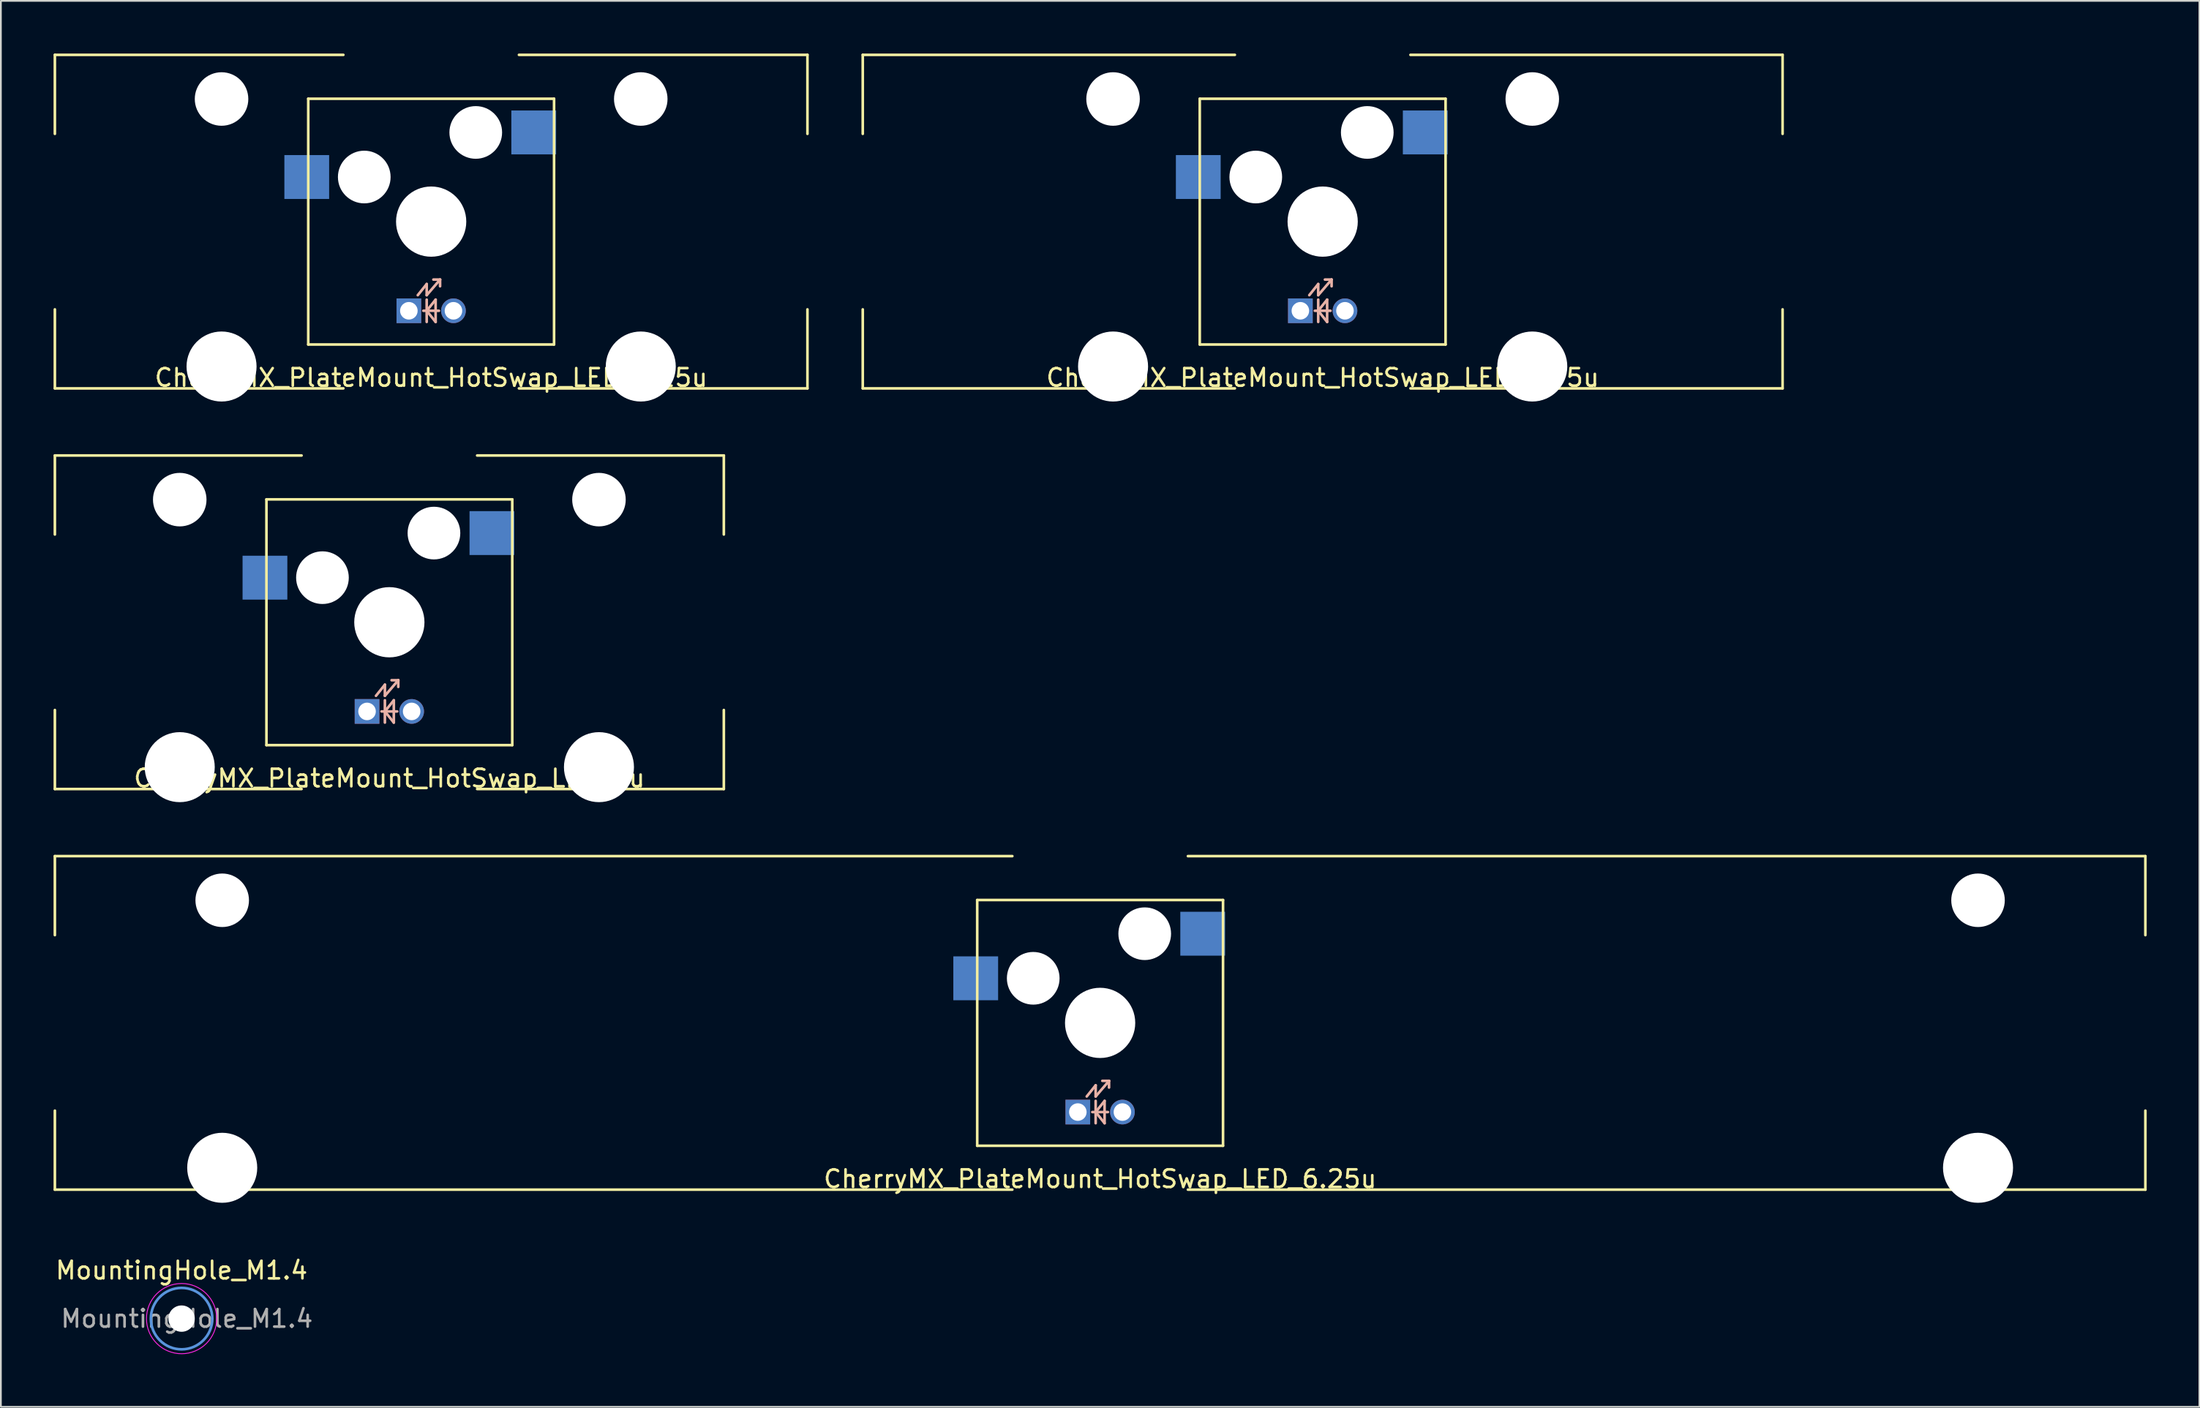
<source format=kicad_pcb>
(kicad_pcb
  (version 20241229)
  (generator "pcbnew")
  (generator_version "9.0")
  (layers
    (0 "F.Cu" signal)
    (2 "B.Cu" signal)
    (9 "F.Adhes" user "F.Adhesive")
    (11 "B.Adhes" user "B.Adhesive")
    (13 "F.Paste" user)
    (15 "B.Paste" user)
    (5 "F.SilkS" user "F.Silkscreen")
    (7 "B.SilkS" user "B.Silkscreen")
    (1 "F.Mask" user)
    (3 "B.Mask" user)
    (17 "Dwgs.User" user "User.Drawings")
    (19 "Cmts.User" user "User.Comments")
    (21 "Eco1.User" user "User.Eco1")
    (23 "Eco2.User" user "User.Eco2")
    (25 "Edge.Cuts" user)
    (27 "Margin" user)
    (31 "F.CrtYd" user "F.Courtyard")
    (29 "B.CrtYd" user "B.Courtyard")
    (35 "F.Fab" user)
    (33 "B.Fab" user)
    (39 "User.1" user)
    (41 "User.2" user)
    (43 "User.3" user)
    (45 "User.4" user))
  (footprint "CherryMX_PlateMount_HotSwap_LED_2.25u"
    (layer "F.Cu")
    (at 21.506 9.575)
    (property "Reference" "CherryMX_PlateMount_HotSwap_LED_2.25u" (at 0 8.89 0) (layer "F.SilkS") (effects (font (size 1 1) (thickness 0.15))))
    (attr through_hole)
    (fp_line (start -21.431 -9.5) (end -21.431 -5) (stroke (width 0.15) (type solid)) (layer "F.SilkS"))
    (fp_line (start -21.431 -9.5) (end -5 -9.5) (stroke (width 0.15) (type solid)) (layer "F.SilkS"))
    (fp_line (start -21.431 5) (end -21.431 9.5) (stroke (width 0.15) (type solid)) (layer "F.SilkS"))
    (fp_line (start -21.431 9.5) (end -5 9.5) (stroke (width 0.15) (type solid)) (layer "F.SilkS"))
    (fp_line (start -7 -7) (end 7 -7) (stroke (width 0.15) (type solid)) (layer "F.SilkS"))
    (fp_line (start -7 7) (end -7 -7) (stroke (width 0.15) (type solid)) (layer "F.SilkS"))
    (fp_line (start 5 -9.5) (end 21.431 -9.5) (stroke (width 0.15) (type solid)) (layer "F.SilkS"))
    (fp_line (start 5 9.5) (end 21.431 9.5) (stroke (width 0.15) (type solid)) (layer "F.SilkS"))
    (fp_line (start 7 -7) (end 7 7) (stroke (width 0.15) (type solid)) (layer "F.SilkS"))
    (fp_line (start 7 7) (end -7 7) (stroke (width 0.15) (type solid)) (layer "F.SilkS"))
    (fp_line (start 21.431 -5) (end 21.431 -9.5) (stroke (width 0.15) (type solid)) (layer "F.SilkS"))
    (fp_line (start 21.431 5) (end 21.431 9.5) (stroke (width 0.15) (type solid)) (layer "F.SilkS"))
    (fp_line (start -0.762 4.191) (end -0.254 3.556) (stroke (width 0.15) (type solid)) (layer "B.SilkS"))
    (fp_line (start -0.445 5.08) (end 0.445 5.08) (stroke (width 0.15) (type solid)) (layer "B.SilkS"))
    (fp_line (start -0.254 3.556) (end -0.254 4.191) (stroke (width 0.15) (type solid)) (layer "B.SilkS"))
    (fp_line (start -0.254 4.191) (end 0.508 3.302) (stroke (width 0.15) (type solid)) (layer "B.SilkS"))
    (fp_line (start -0.254 4.445) (end -0.254 5.715) (stroke (width 0.15) (type solid)) (layer "B.SilkS"))
    (fp_line (start -0.254 5.08) (end 0.254 4.445) (stroke (width 0.15) (type solid)) (layer "B.SilkS"))
    (fp_line (start 0.254 5.715) (end -0.254 5.08) (stroke (width 0.15) (type solid)) (layer "B.SilkS"))
    (fp_line (start 0.254 5.715) (end 0.254 4.445) (stroke (width 0.15) (type solid)) (layer "B.SilkS"))
    (fp_line (start 0.508 3.302) (end 0.127 3.302) (stroke (width 0.15) (type solid)) (layer "B.SilkS"))
    (fp_line (start 0.508 3.302) (end 0.508 3.683) (stroke (width 0.15) (type solid)) (layer "B.SilkS"))
    (pad "" np_thru_hole circle (at -11.938 -6.985) (size 3.048 3.048) (drill 3.048) (layers "*.Cu" "*.Mask"))
    (pad "" np_thru_hole circle (at -11.938 8.255) (size 3.988 3.988) (drill 3.988) (layers "*.Cu" "*.Mask"))
    (pad "" np_thru_hole circle (at -3.81 -2.54) (size 3 3) (drill 3) (layers "*.Cu" "*.Mask"))
    (pad "" np_thru_hole circle (at 0 0) (size 4 4) (drill 4) (layers "*.Cu" "*.Mask"))
    (pad "" np_thru_hole circle (at 2.54 -5.08) (size 3 3) (drill 3) (layers "*.Cu" "*.Mask"))
    (pad "" np_thru_hole circle (at 11.938 -6.985) (size 3.048 3.048) (drill 3.048) (layers "*.Cu" "*.Mask"))
    (pad "" np_thru_hole circle (at 11.938 8.255) (size 3.988 3.988) (drill 3.988) (layers "*.Cu" "*.Mask"))
    (pad "1" smd rect (at -7.085 -2.54) (size 2.55 2.5) (layers "F.Mask" "B.Cu" "F.Paste"))
    (pad "2" smd rect (at 5.842 -5.08) (size 2.55 2.5) (layers "F.Mask" "B.Cu" "F.Paste"))
    (pad "3" thru_hole rect (at -1.27 5.08) (size 1.406 1.406) (drill 1) (layers "*.Cu" "*.Mask"))
    (pad "4" thru_hole circle (at 1.27 5.08) (size 1.406 1.406) (drill 1) (layers "*.Cu" "*.Mask")))
  (footprint "CherryMX_PlateMount_HotSwap_LED_2u"
    (layer "F.Cu")
    (at 19.125 32.399)
    (property "Reference" "CherryMX_PlateMount_HotSwap_LED_2u" (at 0 8.89 0) (layer "F.SilkS") (effects (font (size 1 1) (thickness 0.15))))
    (attr through_hole)
    (fp_line (start -19.05 -9.5) (end -19.05 -5) (stroke (width 0.15) (type solid)) (layer "F.SilkS"))
    (fp_line (start -19.05 -9.5) (end -5 -9.5) (stroke (width 0.15) (type solid)) (layer "F.SilkS"))
    (fp_line (start -19.05 5) (end -19.05 9.5) (stroke (width 0.15) (type solid)) (layer "F.SilkS"))
    (fp_line (start -19.05 9.5) (end -5 9.5) (stroke (width 0.15) (type solid)) (layer "F.SilkS"))
    (fp_line (start -7 -7) (end 7 -7) (stroke (width 0.15) (type solid)) (layer "F.SilkS"))
    (fp_line (start -7 7) (end -7 -7) (stroke (width 0.15) (type solid)) (layer "F.SilkS"))
    (fp_line (start 5 -9.5) (end 19.05 -9.5) (stroke (width 0.15) (type solid)) (layer "F.SilkS"))
    (fp_line (start 5 9.5) (end 19.05 9.5) (stroke (width 0.15) (type solid)) (layer "F.SilkS"))
    (fp_line (start 7 -7) (end 7 7) (stroke (width 0.15) (type solid)) (layer "F.SilkS"))
    (fp_line (start 7 7) (end -7 7) (stroke (width 0.15) (type solid)) (layer "F.SilkS"))
    (fp_line (start 19.05 -5) (end 19.05 -9.5) (stroke (width 0.15) (type solid)) (layer "F.SilkS"))
    (fp_line (start 19.05 5) (end 19.05 9.5) (stroke (width 0.15) (type solid)) (layer "F.SilkS"))
    (fp_line (start -0.762 4.191) (end -0.254 3.556) (stroke (width 0.15) (type solid)) (layer "B.SilkS"))
    (fp_line (start -0.445 5.08) (end 0.445 5.08) (stroke (width 0.15) (type solid)) (layer "B.SilkS"))
    (fp_line (start -0.254 3.556) (end -0.254 4.191) (stroke (width 0.15) (type solid)) (layer "B.SilkS"))
    (fp_line (start -0.254 4.191) (end 0.508 3.302) (stroke (width 0.15) (type solid)) (layer "B.SilkS"))
    (fp_line (start -0.254 4.445) (end -0.254 5.715) (stroke (width 0.15) (type solid)) (layer "B.SilkS"))
    (fp_line (start -0.254 5.08) (end 0.254 4.445) (stroke (width 0.15) (type solid)) (layer "B.SilkS"))
    (fp_line (start 0.254 5.715) (end -0.254 5.08) (stroke (width 0.15) (type solid)) (layer "B.SilkS"))
    (fp_line (start 0.254 5.715) (end 0.254 4.445) (stroke (width 0.15) (type solid)) (layer "B.SilkS"))
    (fp_line (start 0.508 3.302) (end 0.127 3.302) (stroke (width 0.15) (type solid)) (layer "B.SilkS"))
    (fp_line (start 0.508 3.302) (end 0.508 3.683) (stroke (width 0.15) (type solid)) (layer "B.SilkS"))
    (pad "" np_thru_hole circle (at -11.938 -6.985) (size 3.048 3.048) (drill 3.048) (layers "*.Cu" "*.Mask"))
    (pad "" np_thru_hole circle (at -11.938 8.255) (size 3.988 3.988) (drill 3.988) (layers "*.Cu" "*.Mask"))
    (pad "" np_thru_hole circle (at -3.81 -2.54) (size 3 3) (drill 3) (layers "*.Cu" "*.Mask"))
    (pad "" np_thru_hole circle (at 0 0) (size 4 4) (drill 4) (layers "*.Cu" "*.Mask"))
    (pad "" np_thru_hole circle (at 2.54 -5.08) (size 3 3) (drill 3) (layers "*.Cu" "*.Mask"))
    (pad "" np_thru_hole circle (at 11.938 -6.985) (size 3.048 3.048) (drill 3.048) (layers "*.Cu" "*.Mask"))
    (pad "" np_thru_hole circle (at 11.938 8.255) (size 3.988 3.988) (drill 3.988) (layers "*.Cu" "*.Mask"))
    (pad "1" smd rect (at -7.085 -2.54) (size 2.55 2.5) (layers "F.Mask" "B.Cu" "F.Paste"))
    (pad "2" smd rect (at 5.842 -5.08) (size 2.55 2.5) (layers "F.Mask" "B.Cu" "F.Paste"))
    (pad "3" thru_hole rect (at -1.27 5.08) (size 1.406 1.406) (drill 1) (layers "*.Cu" "*.Mask"))
    (pad "4" thru_hole circle (at 1.27 5.08) (size 1.406 1.406) (drill 1) (layers "*.Cu" "*.Mask")))
  (footprint "MountingHole_M1.4"
    (layer "F.Cu")
    (at 7.292 72.07)
    (property "Reference" "MountingHole_M1.4" (at 0 -2.75 0) (layer "F.SilkS") (effects (font (size 1 1) (thickness 0.15))))
    (attr exclude_from_pos_files exclude_from_bom)
    (fp_circle (center 0 0) (end 1.75 0) (stroke (width 0.15) (type solid)) (fill no) (layer "Cmts.User"))
    (fp_circle (center 0 0) (end 2 0) (stroke (width 0.05) (type solid)) (fill no) (layer "F.CrtYd"))
    (fp_text user "${REFERENCE}" (at 0.3 0 0) (layer "F.Fab") (effects (font (size 1 1) (thickness 0.15))))
    (pad "" np_thru_hole circle (at 0 0) (size 1.5 1.5) (drill 1.5) (layers "*.Cu" "*.Mask")))
  (footprint "CherryMX_PlateMount_HotSwap_LED_6.25u"
    (layer "F.Cu")
    (at 59.606 55.223)
    (property "Reference" "CherryMX_PlateMount_HotSwap_LED_6.25u" (at 0 8.89 0) (layer "F.SilkS") (effects (font (size 1 1) (thickness 0.15))))
    (attr through_hole)
    (fp_line (start -59.531 -9.5) (end -59.531 -5) (stroke (width 0.15) (type solid)) (layer "F.SilkS"))
    (fp_line (start -59.531 -9.5) (end -5 -9.5) (stroke (width 0.15) (type solid)) (layer "F.SilkS"))
    (fp_line (start -59.531 5) (end -59.531 9.5) (stroke (width 0.15) (type solid)) (layer "F.SilkS"))
    (fp_line (start -59.531 9.5) (end -5 9.5) (stroke (width 0.15) (type solid)) (layer "F.SilkS"))
    (fp_line (start -7 -7) (end 7 -7) (stroke (width 0.15) (type solid)) (layer "F.SilkS"))
    (fp_line (start -7 7) (end -7 -7) (stroke (width 0.15) (type solid)) (layer "F.SilkS"))
    (fp_line (start 5 -9.5) (end 59.531 -9.5) (stroke (width 0.15) (type solid)) (layer "F.SilkS"))
    (fp_line (start 5 9.5) (end 59.531 9.5) (stroke (width 0.15) (type solid)) (layer "F.SilkS"))
    (fp_line (start 7 -7) (end 7 7) (stroke (width 0.15) (type solid)) (layer "F.SilkS"))
    (fp_line (start 7 7) (end -7 7) (stroke (width 0.15) (type solid)) (layer "F.SilkS"))
    (fp_line (start 59.531 -5) (end 59.531 -9.5) (stroke (width 0.15) (type solid)) (layer "F.SilkS"))
    (fp_line (start 59.531 5) (end 59.531 9.5) (stroke (width 0.15) (type solid)) (layer "F.SilkS"))
    (fp_line (start -0.762 4.191) (end -0.254 3.556) (stroke (width 0.15) (type solid)) (layer "B.SilkS"))
    (fp_line (start -0.445 5.08) (end 0.445 5.08) (stroke (width 0.15) (type solid)) (layer "B.SilkS"))
    (fp_line (start -0.254 3.556) (end -0.254 4.191) (stroke (width 0.15) (type solid)) (layer "B.SilkS"))
    (fp_line (start -0.254 4.191) (end 0.508 3.302) (stroke (width 0.15) (type solid)) (layer "B.SilkS"))
    (fp_line (start -0.254 4.445) (end -0.254 5.715) (stroke (width 0.15) (type solid)) (layer "B.SilkS"))
    (fp_line (start -0.254 5.08) (end 0.254 4.445) (stroke (width 0.15) (type solid)) (layer "B.SilkS"))
    (fp_line (start 0.254 5.715) (end -0.254 5.08) (stroke (width 0.15) (type solid)) (layer "B.SilkS"))
    (fp_line (start 0.254 5.715) (end 0.254 4.445) (stroke (width 0.15) (type solid)) (layer "B.SilkS"))
    (fp_line (start 0.508 3.302) (end 0.127 3.302) (stroke (width 0.15) (type solid)) (layer "B.SilkS"))
    (fp_line (start 0.508 3.302) (end 0.508 3.683) (stroke (width 0.15) (type solid)) (layer "B.SilkS"))
    (pad "" np_thru_hole circle (at -50 -6.985) (size 3.048 3.048) (drill 3.048) (layers "*.Cu" "*.Mask"))
    (pad "" np_thru_hole circle (at -50 8.255) (size 3.988 3.988) (drill 3.988) (layers "*.Cu" "*.Mask"))
    (pad "" np_thru_hole circle (at -3.81 -2.54) (size 3 3) (drill 3) (layers "*.Cu" "*.Mask"))
    (pad "" np_thru_hole circle (at 0 0) (size 4 4) (drill 4) (layers "*.Cu" "*.Mask"))
    (pad "" np_thru_hole circle (at 2.54 -5.08) (size 3 3) (drill 3) (layers "*.Cu" "*.Mask"))
    (pad "" np_thru_hole circle (at 50 -6.985) (size 3.048 3.048) (drill 3.048) (layers "*.Cu" "*.Mask"))
    (pad "" np_thru_hole circle (at 50 8.255) (size 3.988 3.988) (drill 3.988) (layers "*.Cu" "*.Mask"))
    (pad "1" smd rect (at -7.085 -2.54) (size 2.55 2.5) (layers "F.Mask" "B.Cu" "F.Paste"))
    (pad "2" smd rect (at 5.842 -5.08) (size 2.55 2.5) (layers "F.Mask" "B.Cu" "F.Paste"))
    (pad "3" thru_hole rect (at -1.27 5.08) (size 1.406 1.406) (drill 1) (layers "*.Cu" "*.Mask"))
    (pad "4" thru_hole circle (at 1.27 5.08) (size 1.406 1.406) (drill 1) (layers "*.Cu" "*.Mask")))
  (footprint "CherryMX_PlateMount_HotSwap_LED_2.75u"
    (layer "F.Cu")
    (at 72.281 9.575)
    (property "Reference" "CherryMX_PlateMount_HotSwap_LED_2.75u" (at 0 8.89 0) (layer "F.SilkS") (effects (font (size 1 1) (thickness 0.15))))
    (attr through_hole)
    (fp_line (start -26.194 -9.5) (end -26.194 -5) (stroke (width 0.15) (type solid)) (layer "F.SilkS"))
    (fp_line (start -26.194 -9.5) (end -5 -9.5) (stroke (width 0.15) (type solid)) (layer "F.SilkS"))
    (fp_line (start -26.194 5) (end -26.194 9.5) (stroke (width 0.15) (type solid)) (layer "F.SilkS"))
    (fp_line (start -26.194 9.5) (end -5 9.5) (stroke (width 0.15) (type solid)) (layer "F.SilkS"))
    (fp_line (start -7 -7) (end 7 -7) (stroke (width 0.15) (type solid)) (layer "F.SilkS"))
    (fp_line (start -7 7) (end -7 -7) (stroke (width 0.15) (type solid)) (layer "F.SilkS"))
    (fp_line (start 5 -9.5) (end 26.194 -9.5) (stroke (width 0.15) (type solid)) (layer "F.SilkS"))
    (fp_line (start 5 9.5) (end 26.194 9.5) (stroke (width 0.15) (type solid)) (layer "F.SilkS"))
    (fp_line (start 7 -7) (end 7 7) (stroke (width 0.15) (type solid)) (layer "F.SilkS"))
    (fp_line (start 7 7) (end -7 7) (stroke (width 0.15) (type solid)) (layer "F.SilkS"))
    (fp_line (start 26.194 -5) (end 26.194 -9.5) (stroke (width 0.15) (type solid)) (layer "F.SilkS"))
    (fp_line (start 26.194 5) (end 26.194 9.5) (stroke (width 0.15) (type solid)) (layer "F.SilkS"))
    (fp_line (start -0.762 4.191) (end -0.254 3.556) (stroke (width 0.15) (type solid)) (layer "B.SilkS"))
    (fp_line (start -0.445 5.08) (end 0.445 5.08) (stroke (width 0.15) (type solid)) (layer "B.SilkS"))
    (fp_line (start -0.254 3.556) (end -0.254 4.191) (stroke (width 0.15) (type solid)) (layer "B.SilkS"))
    (fp_line (start -0.254 4.191) (end 0.508 3.302) (stroke (width 0.15) (type solid)) (layer "B.SilkS"))
    (fp_line (start -0.254 4.445) (end -0.254 5.715) (stroke (width 0.15) (type solid)) (layer "B.SilkS"))
    (fp_line (start -0.254 5.08) (end 0.254 4.445) (stroke (width 0.15) (type solid)) (layer "B.SilkS"))
    (fp_line (start 0.254 5.715) (end -0.254 5.08) (stroke (width 0.15) (type solid)) (layer "B.SilkS"))
    (fp_line (start 0.254 5.715) (end 0.254 4.445) (stroke (width 0.15) (type solid)) (layer "B.SilkS"))
    (fp_line (start 0.508 3.302) (end 0.127 3.302) (stroke (width 0.15) (type solid)) (layer "B.SilkS"))
    (fp_line (start 0.508 3.302) (end 0.508 3.683) (stroke (width 0.15) (type solid)) (layer "B.SilkS"))
    (pad "" np_thru_hole circle (at -11.938 -6.985) (size 3.048 3.048) (drill 3.048) (layers "*.Cu" "*.Mask"))
    (pad "" np_thru_hole circle (at -11.938 8.255) (size 3.988 3.988) (drill 3.988) (layers "*.Cu" "*.Mask"))
    (pad "" np_thru_hole circle (at -3.81 -2.54) (size 3 3) (drill 3) (layers "*.Cu" "*.Mask"))
    (pad "" np_thru_hole circle (at 0 0) (size 4 4) (drill 4) (layers "*.Cu" "*.Mask"))
    (pad "" np_thru_hole circle (at 2.54 -5.08) (size 3 3) (drill 3) (layers "*.Cu" "*.Mask"))
    (pad "" np_thru_hole circle (at 11.938 -6.985) (size 3.048 3.048) (drill 3.048) (layers "*.Cu" "*.Mask"))
    (pad "" np_thru_hole circle (at 11.938 8.255) (size 3.988 3.988) (drill 3.988) (layers "*.Cu" "*.Mask"))
    (pad "1" smd rect (at -7.085 -2.54) (size 2.55 2.5) (layers "F.Mask" "B.Cu" "F.Paste"))
    (pad "2" smd rect (at 5.842 -5.08) (size 2.55 2.5) (layers "F.Mask" "B.Cu" "F.Paste"))
    (pad "3" thru_hole rect (at -1.27 5.08) (size 1.406 1.406) (drill 1) (layers "*.Cu" "*.Mask"))
    (pad "4" thru_hole circle (at 1.27 5.08) (size 1.406 1.406) (drill 1) (layers "*.Cu" "*.Mask")))
  (gr_rect
    (start -3 -3)
    (end 122.213 77.095)
    (stroke (width 0.1) (type default))
    (fill no)
    (layer "Edge.Cuts")))
</source>
